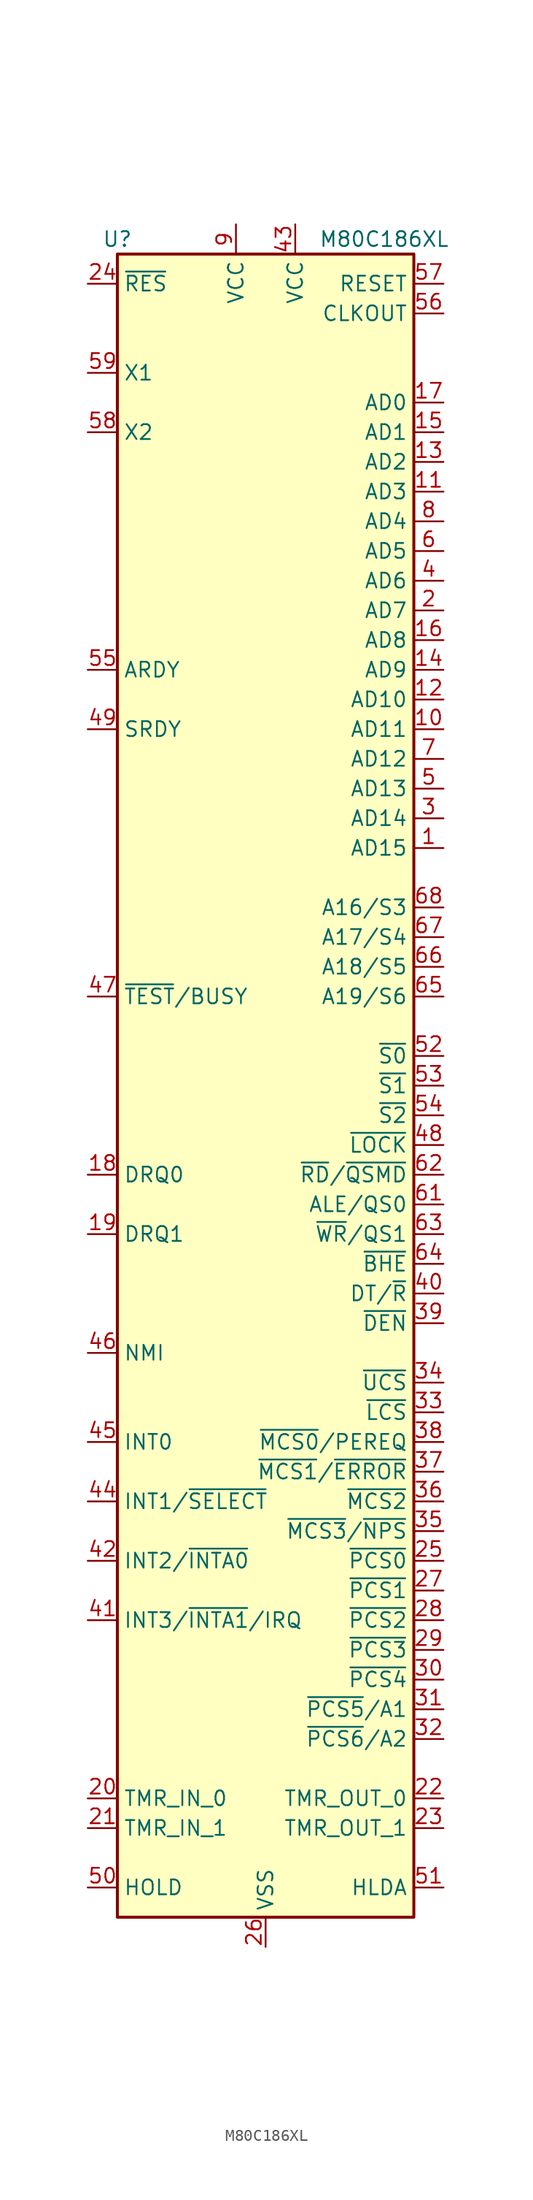
<source format=kicad_sym>
(kicad_symbol_lib
  (version 20241209)
  (generator "kicad_symbol_editor")
  (generator_version "9.0")
  (symbol "M80C186XL"
    (property "Reference" "U"
      (at -12.7 72.39 0)
      (effects (font (size 1.27 1.27))))
    (property "Value" "M80C186XL"
      (at 10.16 72.39 0)
      (effects (font (size 1.27 1.27))))
    (symbol "M80C186XL_0_1"
      (rectangle (start 12.7 -71.12) (end -12.7 71.12) (stroke (width 0.254) (type default)) (fill (type background))))
    (symbol "M80C186XL_1_1"
      (pin input line (at -15.24 68.58 0) (length 2.54) (name "~{RES}" (effects (font (size 1.27 1.27)))) (number "24" (effects (font (size 1.27 1.27)))))
      (pin input line (at -15.24 60.96 0) (length 2.54) (name "X1" (effects (font (size 1.27 1.27)))) (number "59" (effects (font (size 1.27 1.27)))))
      (pin output line (at -15.24 55.88 0) (length 2.54) (name "X2" (effects (font (size 1.27 1.27)))) (number "58" (effects (font (size 1.27 1.27)))))
      (pin input line (at -15.24 35.56 0) (length 2.54) (name "ARDY" (effects (font (size 1.27 1.27)))) (number "55" (effects (font (size 1.27 1.27)))))
      (pin input line (at -15.24 30.48 0) (length 2.54) (name "SRDY" (effects (font (size 1.27 1.27)))) (number "49" (effects (font (size 1.27 1.27)))))
      (pin bidirectional line (at -15.24 7.62 0) (length 2.54) (name "~{TEST}/BUSY" (effects (font (size 1.27 1.27)))) (number "47" (effects (font (size 1.27 1.27)))))
      (pin input line (at -15.24 -7.62 0) (length 2.54) (name "DRQ0" (effects (font (size 1.27 1.27)))) (number "18" (effects (font (size 1.27 1.27)))))
      (pin input line (at -15.24 -12.7 0) (length 2.54) (name "DRQ1" (effects (font (size 1.27 1.27)))) (number "19" (effects (font (size 1.27 1.27)))))
      (pin input line (at -15.24 -22.86 0) (length 2.54) (name "NMI" (effects (font (size 1.27 1.27)))) (number "46" (effects (font (size 1.27 1.27)))))
      (pin input line (at -15.24 -30.48 0) (length 2.54) (name "INT0" (effects (font (size 1.27 1.27)))) (number "45" (effects (font (size 1.27 1.27)))))
      (pin input line (at -15.24 -35.56 0) (length 2.54) (name "INT1/~{SELECT}" (effects (font (size 1.27 1.27)))) (number "44" (effects (font (size 1.27 1.27)))))
      (pin bidirectional line (at -15.24 -40.64 0) (length 2.54) (name "INT2/~{INTA0}" (effects (font (size 1.27 1.27)))) (number "42" (effects (font (size 1.27 1.27)))))
      (pin bidirectional line (at -15.24 -45.72 0) (length 2.54) (name "INT3/~{INTA1}/IRQ" (effects (font (size 1.27 1.27)))) (number "41" (effects (font (size 1.27 1.27)))))
      (pin input line (at -15.24 -60.96 0) (length 2.54) (name "TMR_IN_0" (effects (font (size 1.27 1.27)))) (number "20" (effects (font (size 1.27 1.27)))))
      (pin input line (at -15.24 -63.5 0) (length 2.54) (name "TMR_IN_1" (effects (font (size 1.27 1.27)))) (number "21" (effects (font (size 1.27 1.27)))))
      (pin input line (at -15.24 -68.58 0) (length 2.54) (name "HOLD" (effects (font (size 1.27 1.27)))) (number "50" (effects (font (size 1.27 1.27)))))
      (pin power_in line (at -2.54 73.66 270) (length 2.54) (name "VCC" (effects (font (size 1.27 1.27)))) (number "9" (effects (font (size 1.27 1.27)))))
      (pin power_in line (at 0 -73.66 90) (length 2.54) (name "VSS" (effects (font (size 1.27 1.27)))) (number "26" (effects (font (size 1.27 1.27)))))
      (pin passive line (at 0 -73.66 90) (length 2.54) (hide yes) (name "VSS" (effects (font (size 1.27 1.27)))) (number "60" (effects (font (size 1.27 1.27)))))
      (pin power_in line (at 2.54 73.66 270) (length 2.54) (name "VCC" (effects (font (size 1.27 1.27)))) (number "43" (effects (font (size 1.27 1.27)))))
      (pin output line (at 15.24 68.58 180) (length 2.54) (name "RESET" (effects (font (size 1.27 1.27)))) (number "57" (effects (font (size 1.27 1.27)))))
      (pin output line (at 15.24 66.04 180) (length 2.54) (name "CLKOUT" (effects (font (size 1.27 1.27)))) (number "56" (effects (font (size 1.27 1.27)))))
      (pin bidirectional line (at 15.24 58.42 180) (length 2.54) (name "AD0" (effects (font (size 1.27 1.27)))) (number "17" (effects (font (size 1.27 1.27)))))
      (pin bidirectional line (at 15.24 55.88 180) (length 2.54) (name "AD1" (effects (font (size 1.27 1.27)))) (number "15" (effects (font (size 1.27 1.27)))))
      (pin bidirectional line (at 15.24 53.34 180) (length 2.54) (name "AD2" (effects (font (size 1.27 1.27)))) (number "13" (effects (font (size 1.27 1.27)))))
      (pin bidirectional line (at 15.24 50.8 180) (length 2.54) (name "AD3" (effects (font (size 1.27 1.27)))) (number "11" (effects (font (size 1.27 1.27)))))
      (pin bidirectional line (at 15.24 48.26 180) (length 2.54) (name "AD4" (effects (font (size 1.27 1.27)))) (number "8" (effects (font (size 1.27 1.27)))))
      (pin bidirectional line (at 15.24 45.72 180) (length 2.54) (name "AD5" (effects (font (size 1.27 1.27)))) (number "6" (effects (font (size 1.27 1.27)))))
      (pin bidirectional line (at 15.24 43.18 180) (length 2.54) (name "AD6" (effects (font (size 1.27 1.27)))) (number "4" (effects (font (size 1.27 1.27)))))
      (pin bidirectional line (at 15.24 40.64 180) (length 2.54) (name "AD7" (effects (font (size 1.27 1.27)))) (number "2" (effects (font (size 1.27 1.27)))))
      (pin bidirectional line (at 15.24 38.1 180) (length 2.54) (name "AD8" (effects (font (size 1.27 1.27)))) (number "16" (effects (font (size 1.27 1.27)))))
      (pin bidirectional line (at 15.24 35.56 180) (length 2.54) (name "AD9" (effects (font (size 1.27 1.27)))) (number "14" (effects (font (size 1.27 1.27)))))
      (pin bidirectional line (at 15.24 33.02 180) (length 2.54) (name "AD10" (effects (font (size 1.27 1.27)))) (number "12" (effects (font (size 1.27 1.27)))))
      (pin bidirectional line (at 15.24 30.48 180) (length 2.54) (name "AD11" (effects (font (size 1.27 1.27)))) (number "10" (effects (font (size 1.27 1.27)))))
      (pin bidirectional line (at 15.24 27.94 180) (length 2.54) (name "AD12" (effects (font (size 1.27 1.27)))) (number "7" (effects (font (size 1.27 1.27)))))
      (pin bidirectional line (at 15.24 25.4 180) (length 2.54) (name "AD13" (effects (font (size 1.27 1.27)))) (number "5" (effects (font (size 1.27 1.27)))))
      (pin bidirectional line (at 15.24 22.86 180) (length 2.54) (name "AD14" (effects (font (size 1.27 1.27)))) (number "3" (effects (font (size 1.27 1.27)))))
      (pin bidirectional line (at 15.24 20.32 180) (length 2.54) (name "AD15" (effects (font (size 1.27 1.27)))) (number "1" (effects (font (size 1.27 1.27)))))
      (pin output line (at 15.24 15.24 180) (length 2.54) (name "A16/S3" (effects (font (size 1.27 1.27)))) (number "68" (effects (font (size 1.27 1.27)))))
      (pin output line (at 15.24 12.7 180) (length 2.54) (name "A17/S4" (effects (font (size 1.27 1.27)))) (number "67" (effects (font (size 1.27 1.27)))))
      (pin output line (at 15.24 10.16 180) (length 2.54) (name "A18/S5" (effects (font (size 1.27 1.27)))) (number "66" (effects (font (size 1.27 1.27)))))
      (pin output line (at 15.24 7.62 180) (length 2.54) (name "A19/S6" (effects (font (size 1.27 1.27)))) (number "65" (effects (font (size 1.27 1.27)))))
      (pin output line (at 15.24 2.54 180) (length 2.54) (name "~{S0}" (effects (font (size 1.27 1.27)))) (number "52" (effects (font (size 1.27 1.27)))))
      (pin output line (at 15.24 0 180) (length 2.54) (name "~{S1}" (effects (font (size 1.27 1.27)))) (number "53" (effects (font (size 1.27 1.27)))))
      (pin output line (at 15.24 -2.54 180) (length 2.54) (name "~{S2}" (effects (font (size 1.27 1.27)))) (number "54" (effects (font (size 1.27 1.27)))))
      (pin output line (at 15.24 -5.08 180) (length 2.54) (name "~{LOCK}" (effects (font (size 1.27 1.27)))) (number "48" (effects (font (size 1.27 1.27)))))
      (pin bidirectional line (at 15.24 -7.62 180) (length 2.54) (name "~{RD}/~{QSMD}" (effects (font (size 1.27 1.27)))) (number "62" (effects (font (size 1.27 1.27)))))
      (pin output line (at 15.24 -10.16 180) (length 2.54) (name "ALE/QS0" (effects (font (size 1.27 1.27)))) (number "61" (effects (font (size 1.27 1.27)))))
      (pin output line (at 15.24 -12.7 180) (length 2.54) (name "~{WR}/QS1" (effects (font (size 1.27 1.27)))) (number "63" (effects (font (size 1.27 1.27)))))
      (pin output line (at 15.24 -15.24 180) (length 2.54) (name "~{BHE}" (effects (font (size 1.27 1.27)))) (number "64" (effects (font (size 1.27 1.27)))))
      (pin output line (at 15.24 -17.78 180) (length 2.54) (name "DT/~{R}" (effects (font (size 1.27 1.27)))) (number "40" (effects (font (size 1.27 1.27)))))
      (pin output line (at 15.24 -20.32 180) (length 2.54) (name "~{DEN}" (effects (font (size 1.27 1.27)))) (number "39" (effects (font (size 1.27 1.27)))))
      (pin bidirectional line (at 15.24 -25.4 180) (length 2.54) (name "~{UCS}" (effects (font (size 1.27 1.27)))) (number "34" (effects (font (size 1.27 1.27)))))
      (pin bidirectional line (at 15.24 -27.94 180) (length 2.54) (name "~{LCS}" (effects (font (size 1.27 1.27)))) (number "33" (effects (font (size 1.27 1.27)))))
      (pin bidirectional line (at 15.24 -30.48 180) (length 2.54) (name "~{MCS0}/PEREQ" (effects (font (size 1.27 1.27)))) (number "38" (effects (font (size 1.27 1.27)))))
      (pin bidirectional line (at 15.24 -33.02 180) (length 2.54) (name "~{MCS1}/~{ERROR}" (effects (font (size 1.27 1.27)))) (number "37" (effects (font (size 1.27 1.27)))))
      (pin output line (at 15.24 -35.56 180) (length 2.54) (name "~{MCS2}" (effects (font (size 1.27 1.27)))) (number "36" (effects (font (size 1.27 1.27)))))
      (pin output line (at 15.24 -38.1 180) (length 2.54) (name "~{MCS3}/~{NPS}" (effects (font (size 1.27 1.27)))) (number "35" (effects (font (size 1.27 1.27)))))
      (pin output line (at 15.24 -40.64 180) (length 2.54) (name "~{PCS0}" (effects (font (size 1.27 1.27)))) (number "25" (effects (font (size 1.27 1.27)))))
      (pin output line (at 15.24 -43.18 180) (length 2.54) (name "~{PCS1}" (effects (font (size 1.27 1.27)))) (number "27" (effects (font (size 1.27 1.27)))))
      (pin output line (at 15.24 -45.72 180) (length 2.54) (name "~{PCS2}" (effects (font (size 1.27 1.27)))) (number "28" (effects (font (size 1.27 1.27)))))
      (pin output line (at 15.24 -48.26 180) (length 2.54) (name "~{PCS3}" (effects (font (size 1.27 1.27)))) (number "29" (effects (font (size 1.27 1.27)))))
      (pin output line (at 15.24 -50.8 180) (length 2.54) (name "~{PCS4}" (effects (font (size 1.27 1.27)))) (number "30" (effects (font (size 1.27 1.27)))))
      (pin output line (at 15.24 -53.34 180) (length 2.54) (name "~{PCS5}/A1" (effects (font (size 1.27 1.27)))) (number "31" (effects (font (size 1.27 1.27)))))
      (pin output line (at 15.24 -55.88 180) (length 2.54) (name "~{PCS6}/A2" (effects (font (size 1.27 1.27)))) (number "32" (effects (font (size 1.27 1.27)))))
      (pin output line (at 15.24 -60.96 180) (length 2.54) (name "TMR_OUT_0" (effects (font (size 1.27 1.27)))) (number "22" (effects (font (size 1.27 1.27)))))
      (pin output line (at 15.24 -63.5 180) (length 2.54) (name "TMR_OUT_1" (effects (font (size 1.27 1.27)))) (number "23" (effects (font (size 1.27 1.27)))))
      (pin output line (at 15.24 -68.58 180) (length 2.54) (name "HLDA" (effects (font (size 1.27 1.27)))) (number "51" (effects (font (size 1.27 1.27))))))))
</source>
